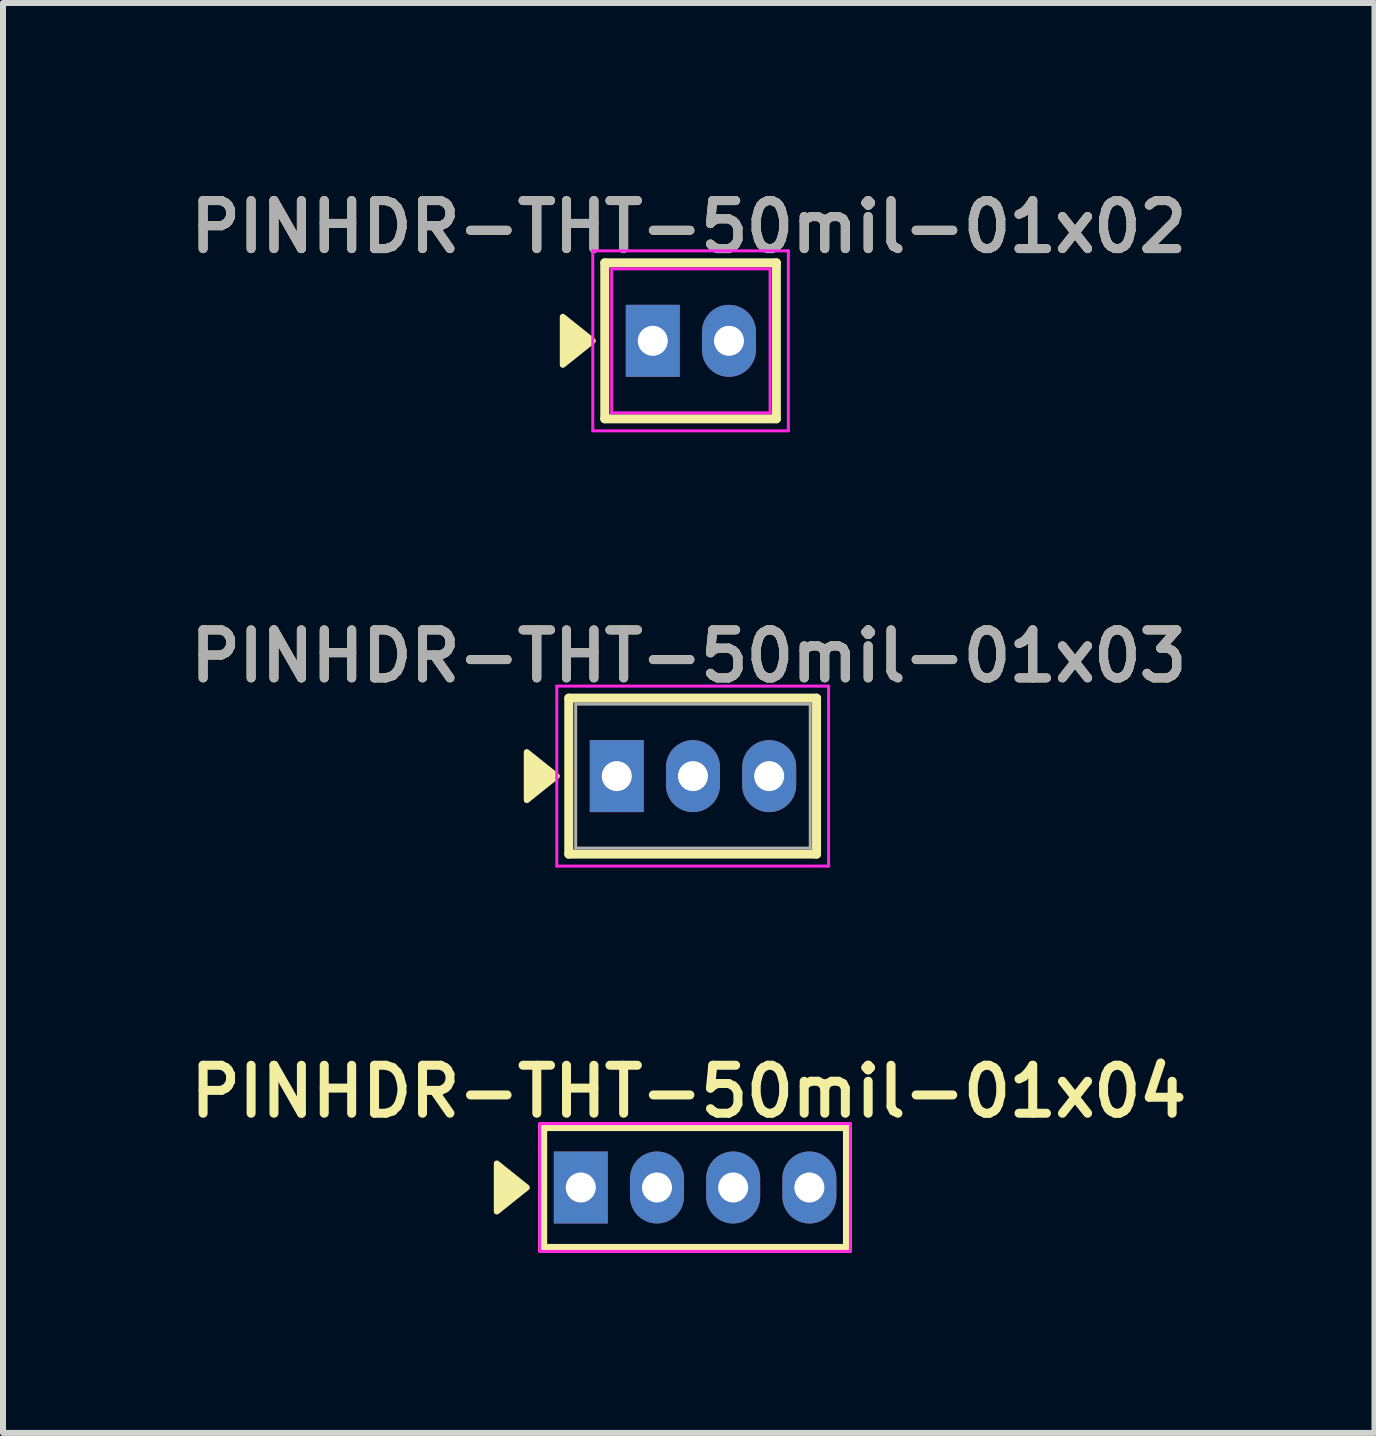
<source format=kicad_pcb>
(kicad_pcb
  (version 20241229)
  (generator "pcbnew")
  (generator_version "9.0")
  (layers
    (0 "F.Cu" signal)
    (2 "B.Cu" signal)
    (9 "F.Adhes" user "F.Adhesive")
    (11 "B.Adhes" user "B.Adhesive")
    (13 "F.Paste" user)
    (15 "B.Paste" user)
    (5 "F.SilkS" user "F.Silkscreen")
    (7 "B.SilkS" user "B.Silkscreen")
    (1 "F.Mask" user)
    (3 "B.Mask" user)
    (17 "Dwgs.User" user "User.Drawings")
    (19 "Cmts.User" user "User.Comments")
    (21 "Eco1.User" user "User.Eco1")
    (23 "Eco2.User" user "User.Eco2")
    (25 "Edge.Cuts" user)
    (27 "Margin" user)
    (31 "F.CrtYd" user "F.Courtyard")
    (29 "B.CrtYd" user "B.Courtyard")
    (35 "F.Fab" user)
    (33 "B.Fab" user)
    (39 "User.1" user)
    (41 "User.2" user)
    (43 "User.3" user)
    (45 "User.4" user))
  (footprint "PINHDR-THT-50mil-01x03"
    (layer "F.Cu")
    (at 7.231 9.887)
    (property "Reference" "PINHDR-THT-50mil-01x03" (at 1.2 -2 0) (layer "F.SilkS") (effects (font (size 0.8 0.8) (thickness 0.15))))
    (attr through_hole)
    (fp_line (start -0.8 -1.3) (end 3.33 -1.3) (stroke (width 0.15) (type solid)) (layer "F.SilkS"))
    (fp_line (start -0.8 1.3) (end -0.8 -1.3) (stroke (width 0.15) (type solid)) (layer "F.SilkS"))
    (fp_line (start -0.8 1.3) (end 3.33 1.3) (stroke (width 0.15) (type solid)) (layer "F.SilkS"))
    (fp_line (start 3.33 1.3) (end 3.33 -1.3) (stroke (width 0.15) (type solid)) (layer "F.SilkS"))
    (fp_poly (pts (xy -1 0) (xy -1.5 -0.4) (xy -1.5 0.4)) (stroke (width 0.1) (type solid)) (fill yes) (layer "F.SilkS"))
    (fp_line (start -1 -1.5) (end 3.53 -1.5) (stroke (width 0.05) (type solid)) (layer "F.CrtYd"))
    (fp_line (start -1 1.5) (end -1 -1.5) (stroke (width 0.05) (type solid)) (layer "F.CrtYd"))
    (fp_line (start 3.53 -1.5) (end 3.53 1.5) (stroke (width 0.05) (type solid)) (layer "F.CrtYd"))
    (fp_line (start 3.53 1.5) (end -1 1.5) (stroke (width 0.05) (type solid)) (layer "F.CrtYd"))
    (fp_line (start -0.685 -1.2) (end 3.225 -1.2) (stroke (width 0.05) (type solid)) (layer "F.Fab"))
    (fp_line (start -0.685 1.2) (end -0.685 -1.2) (stroke (width 0.05) (type solid)) (layer "F.Fab"))
    (fp_line (start 3.225 -1.2) (end 3.225 1.2) (stroke (width 0.05) (type solid)) (layer "F.Fab"))
    (fp_line (start 3.225 1.2) (end -0.685 1.2) (stroke (width 0.05) (type solid)) (layer "F.Fab"))
    (fp_text user "${REFERENCE}" (at 1.2 -2 0) (layer "F.Fab") (effects (font (size 0.8 0.8) (thickness 0.15))))
    (pad "1" thru_hole rect (at 0 0) (size 0.9 1.2) (drill 0.5) (layers "*.Cu" "*.Mask"))
    (pad "2" thru_hole oval (at 1.27 0) (size 0.9 1.2) (drill 0.5) (layers "*.Cu" "*.Mask"))
    (pad "3" thru_hole oval (at 2.54 0) (size 0.9 1.2) (drill 0.5) (layers "*.Cu" "*.Mask")))
  (footprint "PINHDR-THT-50mil-01x02"
    (layer "F.Cu")
    (at 7.831 2.631)
    (property "Reference" "PINHDR-THT-50mil-01x02" (at 0.6 -1.9 0) (layer "F.SilkS") (effects (font (size 0.8 0.8) (thickness 0.15))))
    (attr through_hole)
    (fp_line (start -0.8 -1.3) (end 2.06 -1.3) (stroke (width 0.15) (type solid)) (layer "F.SilkS"))
    (fp_line (start -0.8 1.3) (end -0.8 -1.3) (stroke (width 0.15) (type solid)) (layer "F.SilkS"))
    (fp_line (start -0.8 1.3) (end 2.06 1.3) (stroke (width 0.15) (type solid)) (layer "F.SilkS"))
    (fp_line (start 2.06 1.3) (end 2.06 -1.3) (stroke (width 0.15) (type solid)) (layer "F.SilkS"))
    (fp_poly (pts (xy -1 0) (xy -1.5 -0.4) (xy -1.5 0.4)) (stroke (width 0.1) (type solid)) (fill yes) (layer "F.SilkS"))
    (fp_line (start -1 -1.5) (end 2.26 -1.5) (stroke (width 0.05) (type solid)) (layer "F.CrtYd"))
    (fp_line (start -1 1.5) (end -1 -1.5) (stroke (width 0.05) (type solid)) (layer "F.CrtYd"))
    (fp_line (start -0.685 -1.2) (end 1.955 -1.2) (stroke (width 0.05) (type solid)) (layer "F.CrtYd"))
    (fp_line (start -0.685 1.2) (end -0.685 -1.2) (stroke (width 0.05) (type solid)) (layer "F.CrtYd"))
    (fp_line (start 1.955 -1.2) (end 1.955 1.2) (stroke (width 0.05) (type solid)) (layer "F.CrtYd"))
    (fp_line (start 1.955 1.2) (end -0.685 1.2) (stroke (width 0.05) (type solid)) (layer "F.CrtYd"))
    (fp_line (start 2.26 -1.5) (end 2.26 1.5) (stroke (width 0.05) (type solid)) (layer "F.CrtYd"))
    (fp_line (start 2.26 1.5) (end -1 1.5) (stroke (width 0.05) (type solid)) (layer "F.CrtYd"))
    (fp_text user "${REFERENCE}" (at 0.6 -1.9 0) (layer "F.Fab") (effects (font (size 0.8 0.8) (thickness 0.15))))
    (pad "1" thru_hole rect (at 0 0) (size 0.9 1.2) (drill 0.5) (layers "*.Cu" "*.Mask"))
    (pad "2" thru_hole oval (at 1.27 0) (size 0.9 1.2) (drill 0.5) (layers "*.Cu" "*.Mask")))
  (footprint "PINHDR-THT-50mil-01x04"
    (layer "F.Cu")
    (at 6.631 16.744)
    (property "Reference" "PINHDR-THT-50mil-01x04" (at 1.8 -1.6 0) (layer "F.SilkS") (effects (font (size 0.8 0.8) (thickness 0.15))))
    (attr through_hole)
    (fp_line (start -0.635 -1.016) (end 4.445 -1.016) (stroke (width 0.15) (type solid)) (layer "F.SilkS"))
    (fp_line (start -0.635 1.016) (end -0.635 -1.016) (stroke (width 0.15) (type solid)) (layer "F.SilkS"))
    (fp_line (start -0.635 1.016) (end 4.445 1.016) (stroke (width 0.15) (type solid)) (layer "F.SilkS"))
    (fp_line (start 4.445 1.016) (end 4.445 -1.016) (stroke (width 0.15) (type solid)) (layer "F.SilkS"))
    (fp_poly (pts (xy -0.9 0) (xy -1.4 -0.4) (xy -1.4 0.4)) (stroke (width 0.1) (type solid)) (fill yes) (layer "F.SilkS"))
    (fp_line (start -0.685 -1.066) (end 4.495 -1.066) (stroke (width 0.05) (type solid)) (layer "F.CrtYd"))
    (fp_line (start -0.685 1.066) (end -0.685 -1.066) (stroke (width 0.05) (type solid)) (layer "F.CrtYd"))
    (fp_line (start 4.495 -1.066) (end 4.495 1.066) (stroke (width 0.05) (type solid)) (layer "F.CrtYd"))
    (fp_line (start 4.495 1.066) (end -0.685 1.066) (stroke (width 0.05) (type solid)) (layer "F.CrtYd"))
    (pad "1" thru_hole rect (at 0 0) (size 0.9 1.2) (drill 0.5) (layers "*.Cu" "*.Mask"))
    (pad "2" thru_hole oval (at 1.27 0) (size 0.9 1.2) (drill 0.5) (layers "*.Cu" "*.Mask"))
    (pad "3" thru_hole oval (at 2.54 0) (size 0.9 1.2) (drill 0.5) (layers "*.Cu" "*.Mask"))
    (pad "4" thru_hole oval (at 3.81 0) (size 0.9 1.2) (drill 0.5) (layers "*.Cu" "*.Mask")))
  (gr_rect
    (start -3 -3)
    (end 19.861 20.835)
    (stroke (width 0.1) (type default))
    (fill no)
    (layer "Edge.Cuts")))
</source>
